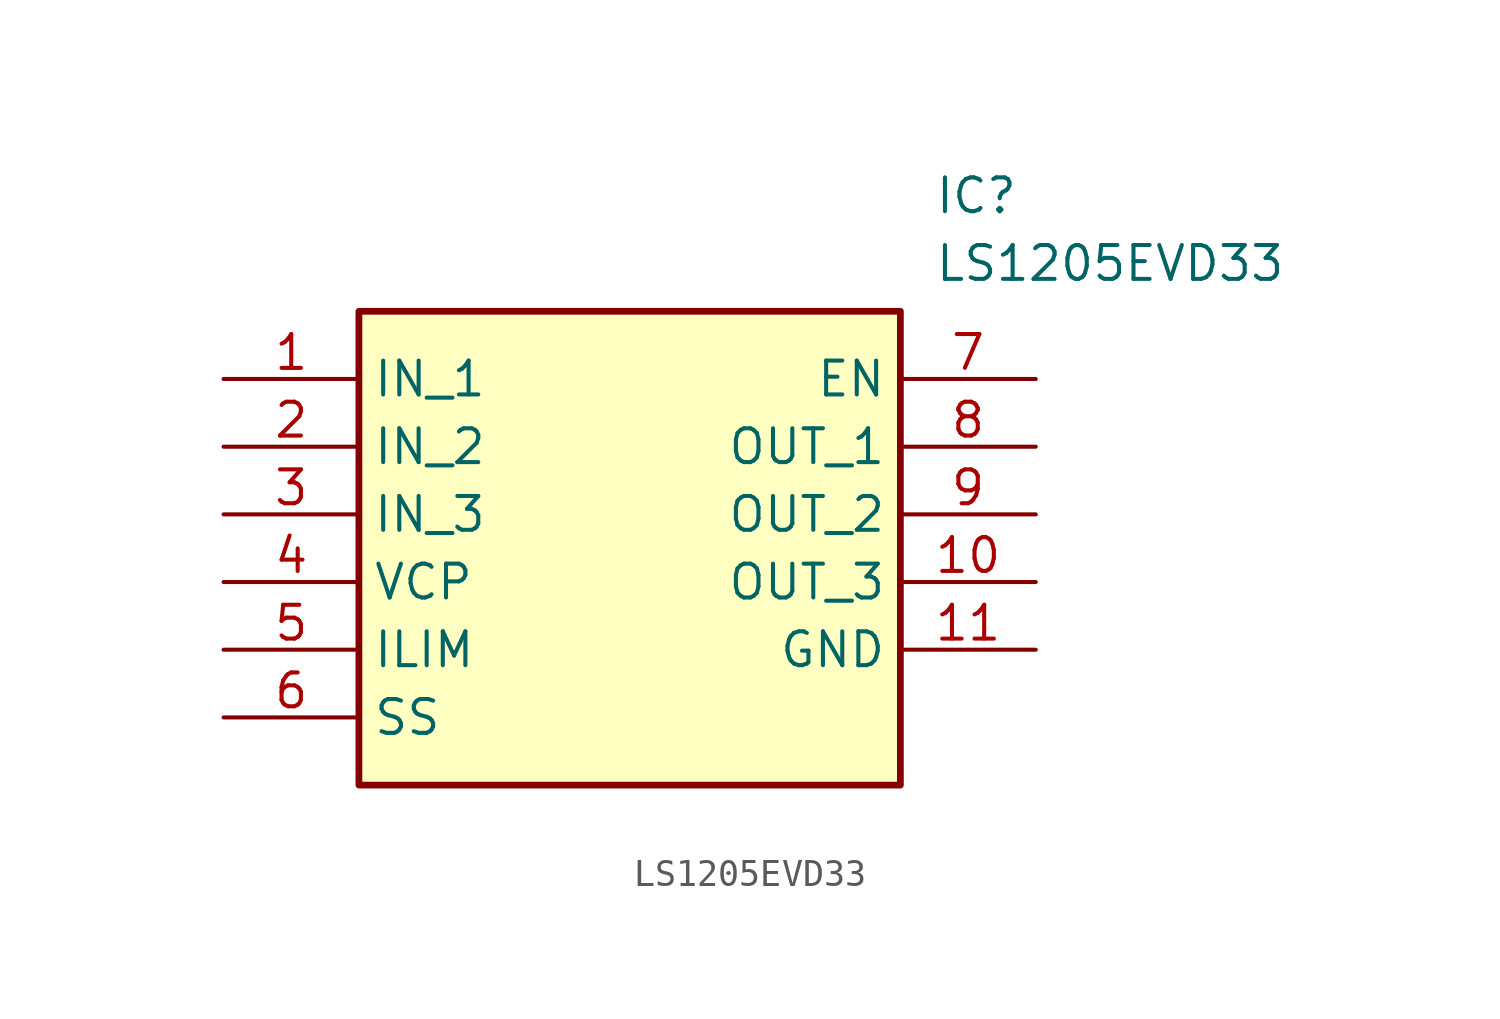
<source format=kicad_sym>
(kicad_symbol_lib
  (version 20211014)
  (generator SamacSys_ECAD_Model)
  (symbol "LS1205EVD33"
    (property "Reference" "IC"
      (at 26.67 7.62 0)
      (effects (font (size 1.27 1.27)) (justify left top)))
    (property "Value" "LS1205EVD33"
      (at 26.67 5.08 0)
      (effects (font (size 1.27 1.27)) (justify left top)))
    (rectangle
      (start 5.08 2.54)
      (end 25.4 -15.24)
      (stroke (width 0.254) (type default))
      (fill (type background)))
    (pin passive line
      (at 0 0 0)
      (length 5.08)
      (name "IN_1" (effects (font (size 1.27 1.27))))
      (number "1" (effects (font (size 1.27 1.27)))))
    (pin passive line
      (at 0 -2.54 0)
      (length 5.08)
      (name "IN_2" (effects (font (size 1.27 1.27))))
      (number "2" (effects (font (size 1.27 1.27)))))
    (pin passive line
      (at 0 -5.08 0)
      (length 5.08)
      (name "IN_3" (effects (font (size 1.27 1.27))))
      (number "3" (effects (font (size 1.27 1.27)))))
    (pin passive line
      (at 0 -7.62 0)
      (length 5.08)
      (name "VCP" (effects (font (size 1.27 1.27))))
      (number "4" (effects (font (size 1.27 1.27)))))
    (pin passive line
      (at 0 -10.16 0)
      (length 5.08)
      (name "ILIM" (effects (font (size 1.27 1.27))))
      (number "5" (effects (font (size 1.27 1.27)))))
    (pin passive line
      (at 0 -12.7 0)
      (length 5.08)
      (name "SS" (effects (font (size 1.27 1.27))))
      (number "6" (effects (font (size 1.27 1.27)))))
    (pin passive line
      (at 30.48 0 180)
      (length 5.08)
      (name "EN" (effects (font (size 1.27 1.27))))
      (number "7" (effects (font (size 1.27 1.27)))))
    (pin passive line
      (at 30.48 -2.54 180)
      (length 5.08)
      (name "OUT_1" (effects (font (size 1.27 1.27))))
      (number "8" (effects (font (size 1.27 1.27)))))
    (pin passive line
      (at 30.48 -5.08 180)
      (length 5.08)
      (name "OUT_2" (effects (font (size 1.27 1.27))))
      (number "9" (effects (font (size 1.27 1.27)))))
    (pin passive line
      (at 30.48 -7.62 180)
      (length 5.08)
      (name "OUT_3" (effects (font (size 1.27 1.27))))
      (number "10" (effects (font (size 1.27 1.27)))))
    (pin passive line
      (at 30.48 -10.16 180)
      (length 5.08)
      (name "GND" (effects (font (size 1.27 1.27))))
      (number "11" (effects (font (size 1.27 1.27)))))))
</source>
